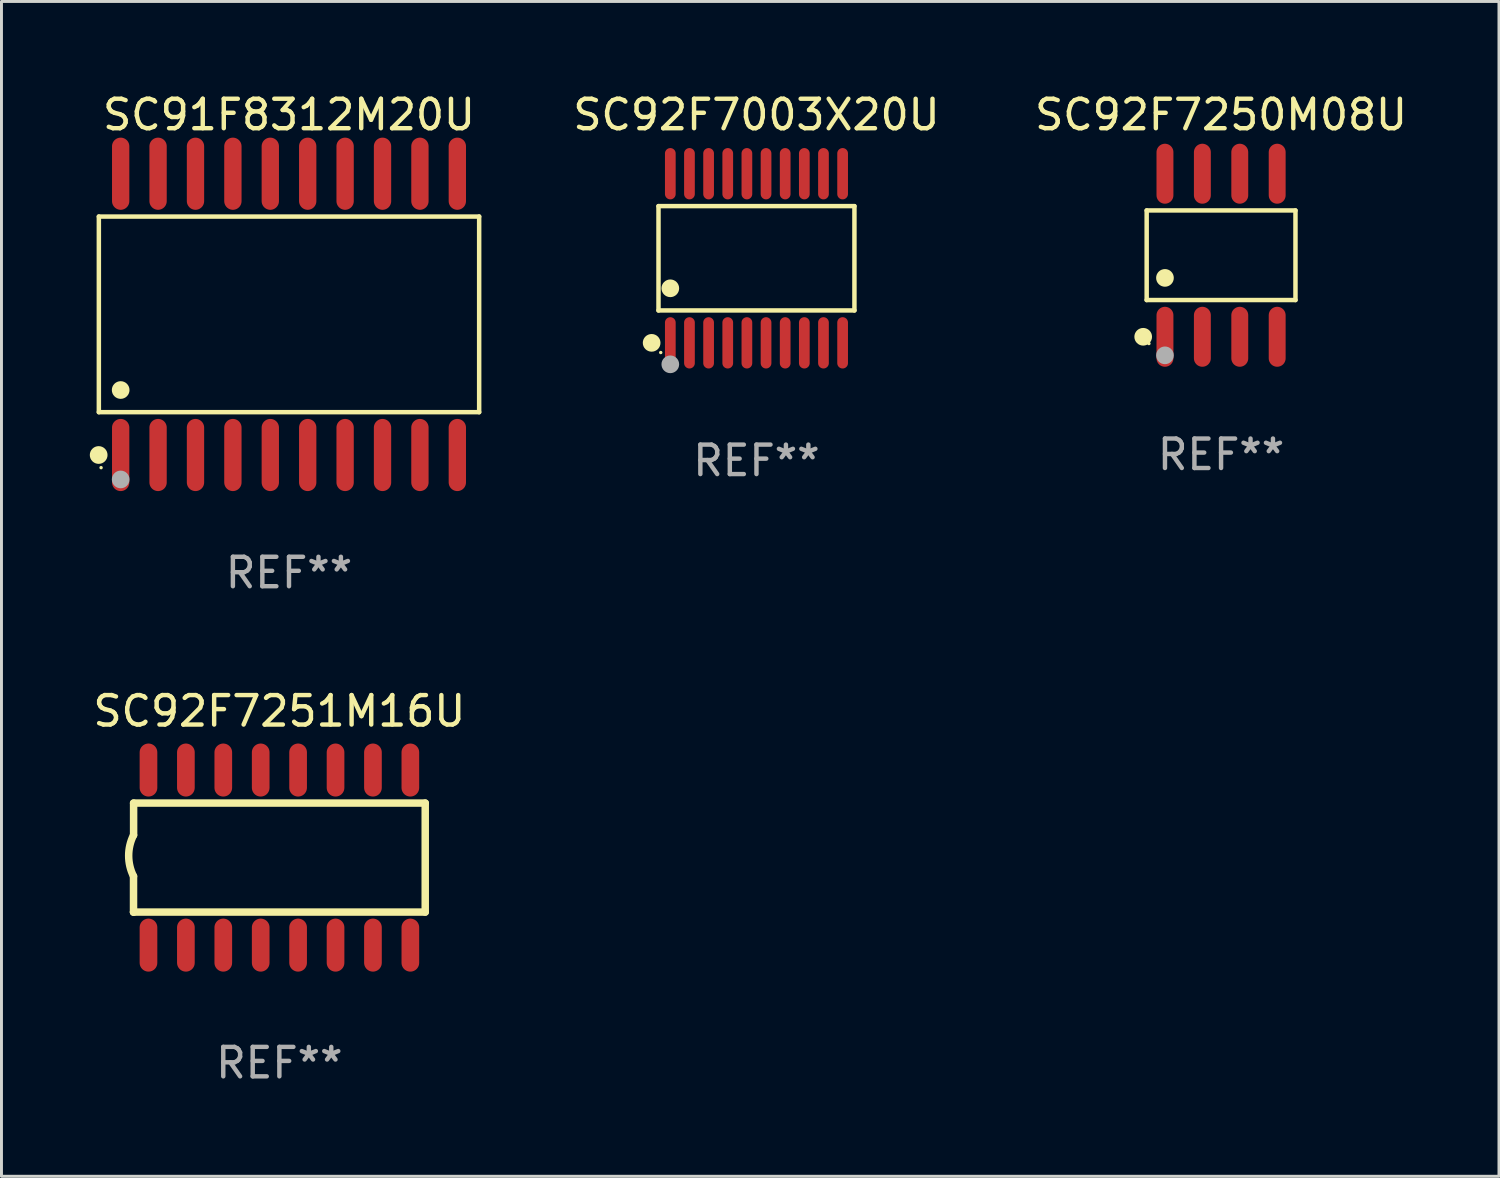
<source format=kicad_pcb>
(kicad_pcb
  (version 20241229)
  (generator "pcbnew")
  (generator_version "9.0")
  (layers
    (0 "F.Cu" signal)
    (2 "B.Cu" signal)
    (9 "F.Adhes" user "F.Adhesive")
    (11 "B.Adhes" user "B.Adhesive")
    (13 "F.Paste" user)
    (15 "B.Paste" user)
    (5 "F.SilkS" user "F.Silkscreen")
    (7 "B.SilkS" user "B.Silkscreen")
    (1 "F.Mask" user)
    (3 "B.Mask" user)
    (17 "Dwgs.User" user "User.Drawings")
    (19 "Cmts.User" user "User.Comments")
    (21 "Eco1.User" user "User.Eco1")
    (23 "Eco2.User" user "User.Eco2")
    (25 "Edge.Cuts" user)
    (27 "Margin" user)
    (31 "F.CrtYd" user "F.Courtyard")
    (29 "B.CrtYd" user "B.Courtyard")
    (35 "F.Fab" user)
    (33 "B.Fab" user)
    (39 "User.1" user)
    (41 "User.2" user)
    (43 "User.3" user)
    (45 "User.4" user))
  (footprint "SC92F7251M16U"
    (layer "F.Cu")
    (at 6.435 26.066)
    (property "Reference" "SC92F7251M16U" (at 0 -4.972 0) (layer "F.SilkS") (effects (font (size 1 1) (thickness 0.15))))
    (attr through_hole)
    (fp_line (start -4.952 0.635) (end -4.952 1.85) (stroke (width 0.254) (type solid)) (layer "F.SilkS"))
    (fp_line (start -4.952 1.85) (end -4.949 1.85) (stroke (width 0.254) (type solid)) (layer "F.SilkS"))
    (fp_line (start -4.949 -1.85) (end -4.949 -0.762) (stroke (width 0.254) (type solid)) (layer "F.SilkS"))
    (fp_line (start -4.949 1.85) (end 4.952 1.85) (stroke (width 0.254) (type solid)) (layer "F.SilkS"))
    (fp_line (start 4.952 -1.85) (end -4.949 -1.85) (stroke (width 0.254) (type solid)) (layer "F.SilkS"))
    (fp_line (start 4.952 1.85) (end 4.952 -1.85) (stroke (width 0.254) (type solid)) (layer "F.SilkS"))
    (fp_arc (start -4.951512 0.635) (mid -5.116405 -0.063501) (end -4.951511 -0.762002) (stroke (width 0.254001) (type solid)) (layer "F.SilkS"))
    (fp_text user "REF**" (at 0 6.972 0) (layer "F.Fab") (effects (font (size 1 1) (thickness 0.15))))
    (pad "1" smd oval (at -4.444 2.972 180) (size 0.6 1.8) (layers "F.Cu" "F.Mask" "F.Paste"))
    (pad "2" smd oval (at -3.174 2.972 180) (size 0.6 1.8) (layers "F.Cu" "F.Mask" "F.Paste"))
    (pad "3" smd oval (at -1.904 2.972 180) (size 0.6 1.8) (layers "F.Cu" "F.Mask" "F.Paste"))
    (pad "4" smd oval (at -0.634 2.972 180) (size 0.6 1.8) (layers "F.Cu" "F.Mask" "F.Paste"))
    (pad "5" smd oval (at 0.636 2.972 180) (size 0.6 1.8) (layers "F.Cu" "F.Mask" "F.Paste"))
    (pad "6" smd oval (at 1.907 2.972 180) (size 0.6 1.8) (layers "F.Cu" "F.Mask" "F.Paste"))
    (pad "7" smd oval (at 3.177 2.972 180) (size 0.6 1.8) (layers "F.Cu" "F.Mask" "F.Paste"))
    (pad "8" smd oval (at 4.447 2.972 180) (size 0.6 1.8) (layers "F.Cu" "F.Mask" "F.Paste"))
    (pad "9" smd oval (at 4.447 -2.972 180) (size 0.6 1.8) (layers "F.Cu" "F.Mask" "F.Paste"))
    (pad "10" smd oval (at 3.177 -2.972 180) (size 0.6 1.8) (layers "F.Cu" "F.Mask" "F.Paste"))
    (pad "11" smd oval (at 1.907 -2.972 180) (size 0.6 1.8) (layers "F.Cu" "F.Mask" "F.Paste"))
    (pad "12" smd oval (at 0.636 -2.972 180) (size 0.6 1.8) (layers "F.Cu" "F.Mask" "F.Paste"))
    (pad "13" smd oval (at -0.634 -2.972 180) (size 0.6 1.8) (layers "F.Cu" "F.Mask" "F.Paste"))
    (pad "14" smd oval (at -1.904 -2.972 180) (size 0.6 1.8) (layers "F.Cu" "F.Mask" "F.Paste"))
    (pad "15" smd oval (at -3.174 -2.972 180) (size 0.6 1.8) (layers "F.Cu" "F.Mask" "F.Paste"))
    (pad "16" smd oval (at -4.444 -2.972 180) (size 0.6 1.8) (layers "F.Cu" "F.Mask" "F.Paste")))
  (footprint "SC92F7003X20U"
    (layer "F.Cu")
    (at 22.633 5.719)
    (property "Reference" "SC92F7003X20U" (at 0 -4.871 0) (layer "F.SilkS") (effects (font (size 1 1) (thickness 0.15))))
    (attr through_hole)
    (fp_line (start -3.326 -1.771) (end 3.326 -1.771) (stroke (width 0.152) (type solid)) (layer "F.SilkS"))
    (fp_line (start -3.326 1.771) (end -3.326 -1.771) (stroke (width 0.152) (type solid)) (layer "F.SilkS"))
    (fp_line (start 3.326 -1.771) (end 3.326 1.771) (stroke (width 0.152) (type solid)) (layer "F.SilkS"))
    (fp_line (start 3.326 1.771) (end -3.326 1.771) (stroke (width 0.152) (type solid)) (layer "F.SilkS"))
    (fp_circle (center -3.559 2.871) (end -3.409 2.871) (stroke (width 0.3) (type solid)) (fill no) (layer "F.SilkS"))
    (fp_circle (center -3.25 3.2) (end -3.22 3.2) (stroke (width 0.06) (type solid)) (fill no) (layer "F.SilkS"))
    (fp_circle (center -2.925 1.019) (end -2.775 1.019) (stroke (width 0.3) (type solid)) (fill no) (layer "F.SilkS"))
    (fp_circle (center -2.925 3.6) (end -2.775 3.6) (stroke (width 0.3) (type solid)) (fill no) (layer "F.Fab"))
    (fp_text user "REF**" (at 0 6.871 0) (layer "F.Fab") (effects (font (size 1 1) (thickness 0.15))))
    (pad "1" smd oval (at -2.925 2.871) (size 0.364 1.742) (layers "F.Cu" "F.Mask" "F.Paste"))
    (pad "2" smd oval (at -2.275 2.871) (size 0.364 1.742) (layers "F.Cu" "F.Mask" "F.Paste"))
    (pad "3" smd oval (at -1.625 2.871) (size 0.364 1.742) (layers "F.Cu" "F.Mask" "F.Paste"))
    (pad "4" smd oval (at -0.975 2.871) (size 0.364 1.742) (layers "F.Cu" "F.Mask" "F.Paste"))
    (pad "5" smd oval (at -0.325 2.871) (size 0.364 1.742) (layers "F.Cu" "F.Mask" "F.Paste"))
    (pad "6" smd oval (at 0.325 2.871) (size 0.364 1.742) (layers "F.Cu" "F.Mask" "F.Paste"))
    (pad "7" smd oval (at 0.975 2.871) (size 0.364 1.742) (layers "F.Cu" "F.Mask" "F.Paste"))
    (pad "8" smd oval (at 1.625 2.871) (size 0.364 1.742) (layers "F.Cu" "F.Mask" "F.Paste"))
    (pad "9" smd oval (at 2.275 2.871) (size 0.364 1.742) (layers "F.Cu" "F.Mask" "F.Paste"))
    (pad "10" smd oval (at 2.925 2.871) (size 0.364 1.742) (layers "F.Cu" "F.Mask" "F.Paste"))
    (pad "11" smd oval (at 2.925 -2.871) (size 0.364 1.742) (layers "F.Cu" "F.Mask" "F.Paste"))
    (pad "12" smd oval (at 2.275 -2.871) (size 0.364 1.742) (layers "F.Cu" "F.Mask" "F.Paste"))
    (pad "13" smd oval (at 1.625 -2.871) (size 0.364 1.742) (layers "F.Cu" "F.Mask" "F.Paste"))
    (pad "14" smd oval (at 0.975 -2.871) (size 0.364 1.742) (layers "F.Cu" "F.Mask" "F.Paste"))
    (pad "15" smd oval (at 0.325 -2.871) (size 0.364 1.742) (layers "F.Cu" "F.Mask" "F.Paste"))
    (pad "16" smd oval (at -0.325 -2.871) (size 0.364 1.742) (layers "F.Cu" "F.Mask" "F.Paste"))
    (pad "17" smd oval (at -0.975 -2.871) (size 0.364 1.742) (layers "F.Cu" "F.Mask" "F.Paste"))
    (pad "18" smd oval (at -1.625 -2.871) (size 0.364 1.742) (layers "F.Cu" "F.Mask" "F.Paste"))
    (pad "19" smd oval (at -2.275 -2.871) (size 0.364 1.742) (layers "F.Cu" "F.Mask" "F.Paste"))
    (pad "20" smd oval (at -2.925 -2.871) (size 0.364 1.742) (layers "F.Cu" "F.Mask" "F.Paste")))
  (footprint "SC91F8312M20U"
    (layer "F.Cu")
    (at 6.762 7.623)
    (property "Reference" "SC91F8312M20U" (at 0 -6.775 0) (layer "F.SilkS") (effects (font (size 1 1) (thickness 0.15))))
    (attr through_hole)
    (fp_line (start -6.456 -3.321) (end 6.456 -3.321) (stroke (width 0.152) (type solid)) (layer "F.SilkS"))
    (fp_line (start -6.456 3.321) (end -6.456 -3.321) (stroke (width 0.152) (type solid)) (layer "F.SilkS"))
    (fp_line (start 6.456 -3.321) (end 6.456 3.321) (stroke (width 0.152) (type solid)) (layer "F.SilkS"))
    (fp_line (start 6.456 3.321) (end -6.456 3.321) (stroke (width 0.152) (type solid)) (layer "F.SilkS"))
    (fp_circle (center -6.462 4.775) (end -6.311 4.775) (stroke (width 0.3) (type solid)) (fill no) (layer "F.SilkS"))
    (fp_circle (center -6.38 5.205) (end -6.35 5.205) (stroke (width 0.06) (type solid)) (fill no) (layer "F.SilkS"))
    (fp_circle (center -5.715 2.569) (end -5.565 2.569) (stroke (width 0.3) (type solid)) (fill no) (layer "F.SilkS"))
    (fp_circle (center -5.715 5.605) (end -5.565 5.605) (stroke (width 0.3) (type solid)) (fill no) (layer "F.Fab"))
    (fp_text user "REF**" (at 0 8.775 0) (layer "F.Fab") (effects (font (size 1 1) (thickness 0.15))))
    (pad "1" smd oval (at -5.715 4.775) (size 0.588 2.45) (layers "F.Cu" "F.Mask" "F.Paste"))
    (pad "2" smd oval (at -4.445 4.775) (size 0.588 2.45) (layers "F.Cu" "F.Mask" "F.Paste"))
    (pad "3" smd oval (at -3.175 4.775) (size 0.588 2.45) (layers "F.Cu" "F.Mask" "F.Paste"))
    (pad "4" smd oval (at -1.905 4.775) (size 0.588 2.45) (layers "F.Cu" "F.Mask" "F.Paste"))
    (pad "5" smd oval (at -0.635 4.775) (size 0.588 2.45) (layers "F.Cu" "F.Mask" "F.Paste"))
    (pad "6" smd oval (at 0.635 4.775) (size 0.588 2.45) (layers "F.Cu" "F.Mask" "F.Paste"))
    (pad "7" smd oval (at 1.905 4.775) (size 0.588 2.45) (layers "F.Cu" "F.Mask" "F.Paste"))
    (pad "8" smd oval (at 3.175 4.775) (size 0.588 2.45) (layers "F.Cu" "F.Mask" "F.Paste"))
    (pad "9" smd oval (at 4.445 4.775) (size 0.588 2.45) (layers "F.Cu" "F.Mask" "F.Paste"))
    (pad "10" smd oval (at 5.715 4.775) (size 0.588 2.45) (layers "F.Cu" "F.Mask" "F.Paste"))
    (pad "11" smd oval (at 5.715 -4.775) (size 0.588 2.45) (layers "F.Cu" "F.Mask" "F.Paste"))
    (pad "12" smd oval (at 4.445 -4.775) (size 0.588 2.45) (layers "F.Cu" "F.Mask" "F.Paste"))
    (pad "13" smd oval (at 3.175 -4.775) (size 0.588 2.45) (layers "F.Cu" "F.Mask" "F.Paste"))
    (pad "14" smd oval (at 1.905 -4.775) (size 0.588 2.45) (layers "F.Cu" "F.Mask" "F.Paste"))
    (pad "15" smd oval (at 0.635 -4.775) (size 0.588 2.45) (layers "F.Cu" "F.Mask" "F.Paste"))
    (pad "16" smd oval (at -0.635 -4.775) (size 0.588 2.45) (layers "F.Cu" "F.Mask" "F.Paste"))
    (pad "17" smd oval (at -1.905 -4.775) (size 0.588 2.45) (layers "F.Cu" "F.Mask" "F.Paste"))
    (pad "18" smd oval (at -3.175 -4.775) (size 0.588 2.45) (layers "F.Cu" "F.Mask" "F.Paste"))
    (pad "19" smd oval (at -4.445 -4.775) (size 0.588 2.45) (layers "F.Cu" "F.Mask" "F.Paste"))
    (pad "20" smd oval (at -5.715 -4.775) (size 0.588 2.45) (layers "F.Cu" "F.Mask" "F.Paste")))
  (footprint "SC92F7250M08U"
    (layer "F.Cu")
    (at 38.407 5.616)
    (property "Reference" "SC92F7250M08U" (at 0 -4.768 0) (layer "F.SilkS") (effects (font (size 1 1) (thickness 0.15))))
    (attr through_hole)
    (fp_line (start -2.526 -1.521) (end 2.526 -1.521) (stroke (width 0.152) (type solid)) (layer "F.SilkS"))
    (fp_line (start -2.526 1.521) (end -2.526 -1.521) (stroke (width 0.152) (type solid)) (layer "F.SilkS"))
    (fp_line (start 2.526 -1.521) (end 2.526 1.521) (stroke (width 0.152) (type solid)) (layer "F.SilkS"))
    (fp_line (start 2.526 1.521) (end -2.526 1.521) (stroke (width 0.152) (type solid)) (layer "F.SilkS"))
    (fp_circle (center -2.644 2.768) (end -2.494 2.768) (stroke (width 0.3) (type solid)) (fill no) (layer "F.SilkS"))
    (fp_circle (center -2.45 2.998) (end -2.42 2.998) (stroke (width 0.06) (type solid)) (fill no) (layer "F.SilkS"))
    (fp_circle (center -1.905 0.769) (end -1.755 0.769) (stroke (width 0.3) (type solid)) (fill no) (layer "F.SilkS"))
    (fp_circle (center -1.905 3.398) (end -1.755 3.398) (stroke (width 0.3) (type solid)) (fill no) (layer "F.Fab"))
    (fp_text user "REF**" (at 0 6.768 0) (layer "F.Fab") (effects (font (size 1 1) (thickness 0.15))))
    (pad "1" smd oval (at -1.905 2.768) (size 0.574 2.036) (layers "F.Cu" "F.Mask" "F.Paste"))
    (pad "2" smd oval (at -0.635 2.768) (size 0.574 2.036) (layers "F.Cu" "F.Mask" "F.Paste"))
    (pad "3" smd oval (at 0.635 2.768) (size 0.574 2.036) (layers "F.Cu" "F.Mask" "F.Paste"))
    (pad "4" smd oval (at 1.905 2.768) (size 0.574 2.036) (layers "F.Cu" "F.Mask" "F.Paste"))
    (pad "5" smd oval (at 1.905 -2.768) (size 0.574 2.036) (layers "F.Cu" "F.Mask" "F.Paste"))
    (pad "6" smd oval (at 0.635 -2.768) (size 0.574 2.036) (layers "F.Cu" "F.Mask" "F.Paste"))
    (pad "7" smd oval (at -0.635 -2.768) (size 0.574 2.036) (layers "F.Cu" "F.Mask" "F.Paste"))
    (pad "8" smd oval (at -1.905 -2.768) (size 0.574 2.036) (layers "F.Cu" "F.Mask" "F.Paste")))
  (gr_rect
    (start -3 -3)
    (end 47.842 36.887)
    (stroke (width 0.1) (type default))
    (fill no)
    (layer "Edge.Cuts")))
</source>
